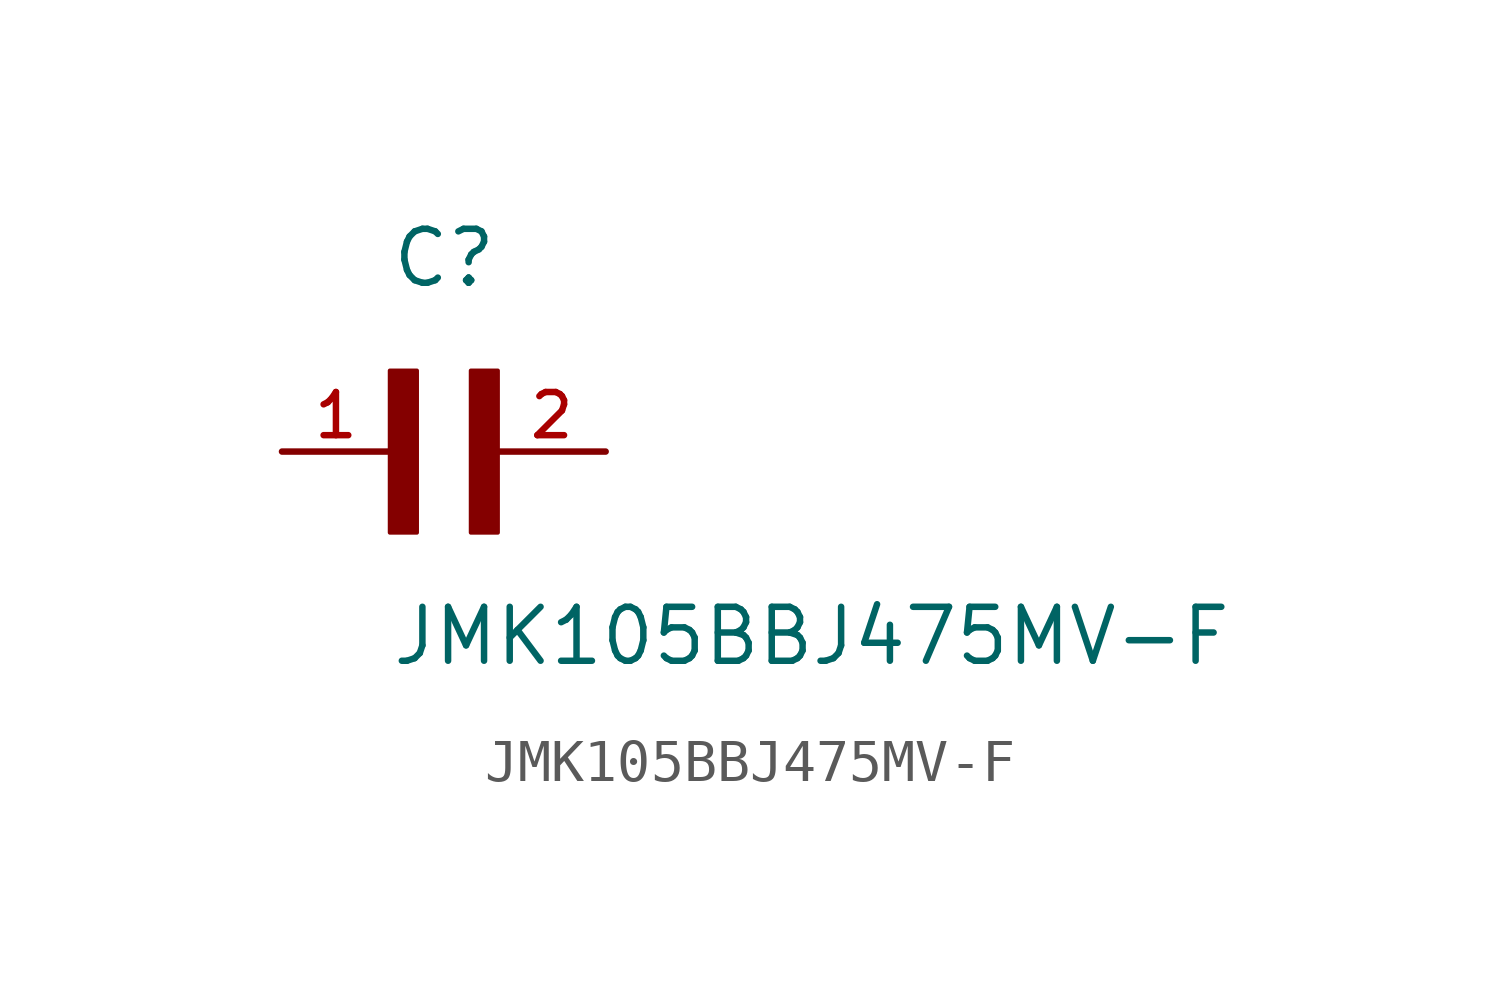
<source format=kicad_sym>
(kicad_symbol_lib
  (version 20211014)
  (generator kicad_symbol_editor)
  (symbol "JMK105BBJ475MV-F"
    (pin_names
      (offset 1.016))
    (property "Reference" "C"
      (at 0.0 3.811 0)
      (effects (font (size 1.27 1.27)) (justify bottom left)))
    (property "Value" "JMK105BBJ475MV-F"
      (at 0.0 -5.088 0)
      (effects (font (size 1.27 1.27)) (justify bottom left)))
    (symbol "JMK105BBJ475MV-F_0_0"
      (rectangle (start 0.0 -1.907) (end 0.635 1.905) (stroke (width 0.1)) (fill (type outline)))
      (rectangle (start 1.907 -1.907) (end 2.54 1.905) (stroke (width 0.1)) (fill (type outline)))
      (pin passive line (at 5.08 0.0 180.0) (length 2.54) (name "~" (effects (font (size 1.016 1.016)))) (number "2" (effects (font (size 1.016 1.016)))))
      (pin passive line (at -2.54 0.0 0) (length 2.54) (name "~" (effects (font (size 1.016 1.016)))) (number "1" (effects (font (size 1.016 1.016))))))))
</source>
